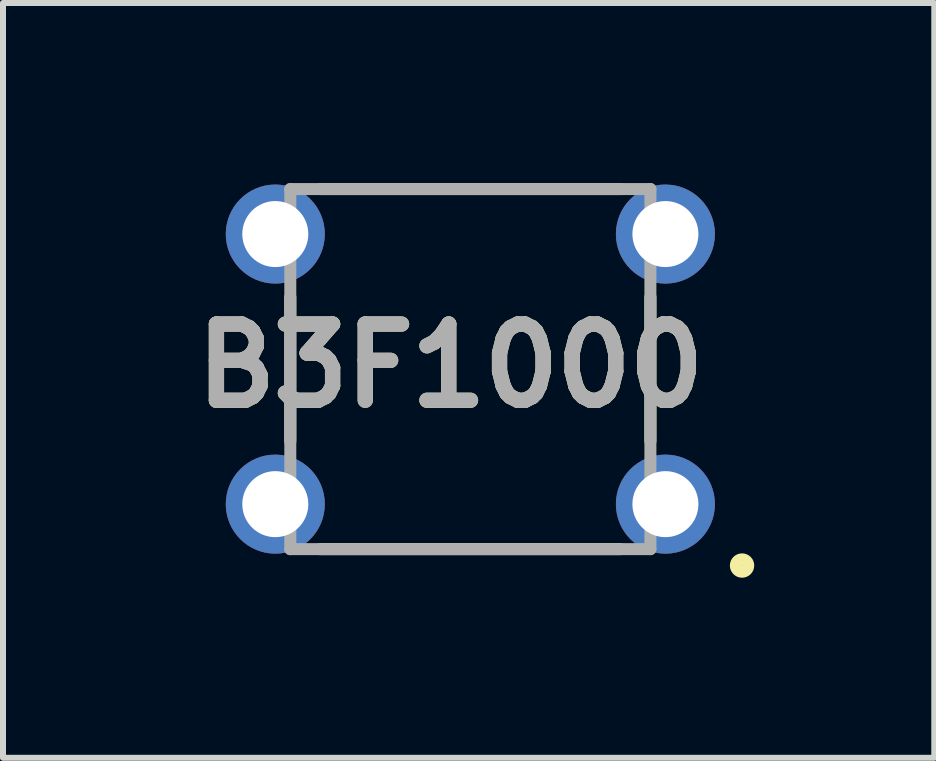
<source format=kicad_pcb>
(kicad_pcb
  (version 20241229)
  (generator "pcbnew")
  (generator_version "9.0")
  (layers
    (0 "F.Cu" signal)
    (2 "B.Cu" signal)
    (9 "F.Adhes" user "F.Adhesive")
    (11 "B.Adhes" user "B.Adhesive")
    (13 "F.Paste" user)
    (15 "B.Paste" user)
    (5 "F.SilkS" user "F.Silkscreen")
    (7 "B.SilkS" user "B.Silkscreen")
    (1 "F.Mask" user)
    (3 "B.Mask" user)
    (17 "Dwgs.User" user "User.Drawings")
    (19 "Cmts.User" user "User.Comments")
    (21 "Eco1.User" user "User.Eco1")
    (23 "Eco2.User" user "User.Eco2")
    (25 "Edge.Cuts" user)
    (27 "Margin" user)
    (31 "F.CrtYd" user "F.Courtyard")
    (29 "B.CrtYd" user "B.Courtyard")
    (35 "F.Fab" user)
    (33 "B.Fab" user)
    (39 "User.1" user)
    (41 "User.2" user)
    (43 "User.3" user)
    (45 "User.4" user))
  (footprint "B3F1000"
    (layer "F.Cu")
    (at 4.787 3.1)
    (property "Reference" "B3F1000" (at -0.33 -0.055 0) (layer "F.SilkS") (effects (font (size 1.27 1.27) (thickness 0.254))))
    (attr through_hole)
    (fp_line (start -3 -1.2) (end -3 1.2) (stroke (width 0.2) (type solid)) (layer "F.SilkS"))
    (fp_line (start -2.5 -3) (end 2.5 -3) (stroke (width 0.2) (type solid)) (layer "F.SilkS"))
    (fp_line (start -2.5 3) (end 2.5 3) (stroke (width 0.2) (type solid)) (layer "F.SilkS"))
    (fp_line (start 3 -1.2) (end 3 1.2) (stroke (width 0.2) (type solid)) (layer "F.SilkS"))
    (fp_circle (center 4.527 3.273) (end 4.527 3.376) (stroke (width 0.2) (type solid)) (fill no) (layer "F.SilkS"))
    (fp_line (start -3 -3) (end 3 -3) (stroke (width 0.2) (type solid)) (layer "F.Fab"))
    (fp_line (start -3 3) (end -3 -3) (stroke (width 0.2) (type solid)) (layer "F.Fab"))
    (fp_line (start 3 -3) (end 3 3) (stroke (width 0.2) (type solid)) (layer "F.Fab"))
    (fp_line (start 3 3) (end -3 3) (stroke (width 0.2) (type solid)) (layer "F.Fab"))
    (fp_text user "${REFERENCE}" (at -0.33 -0.055 0) (layer "F.Fab") (effects (font (size 1.27 1.27) (thickness 0.254))))
    (pad "1" thru_hole circle (at 3.25 2.25) (size 1.65 1.65) (drill 1.1) (layers "*.Cu" "*.Mask"))
    (pad "2" thru_hole circle (at -3.25 2.25) (size 1.65 1.65) (drill 1.1) (layers "*.Cu" "*.Mask"))
    (pad "3" thru_hole circle (at 3.25 -2.25) (size 1.65 1.65) (drill 1.1) (layers "*.Cu" "*.Mask"))
    (pad "4" thru_hole circle (at -3.25 -2.25) (size 1.65 1.65) (drill 1.1) (layers "*.Cu" "*.Mask")))
  (gr_rect
    (start -3 -3)
    (end 12.517 9.576)
    (stroke (width 0.1) (type default))
    (fill no)
    (layer "Edge.Cuts")))
</source>
